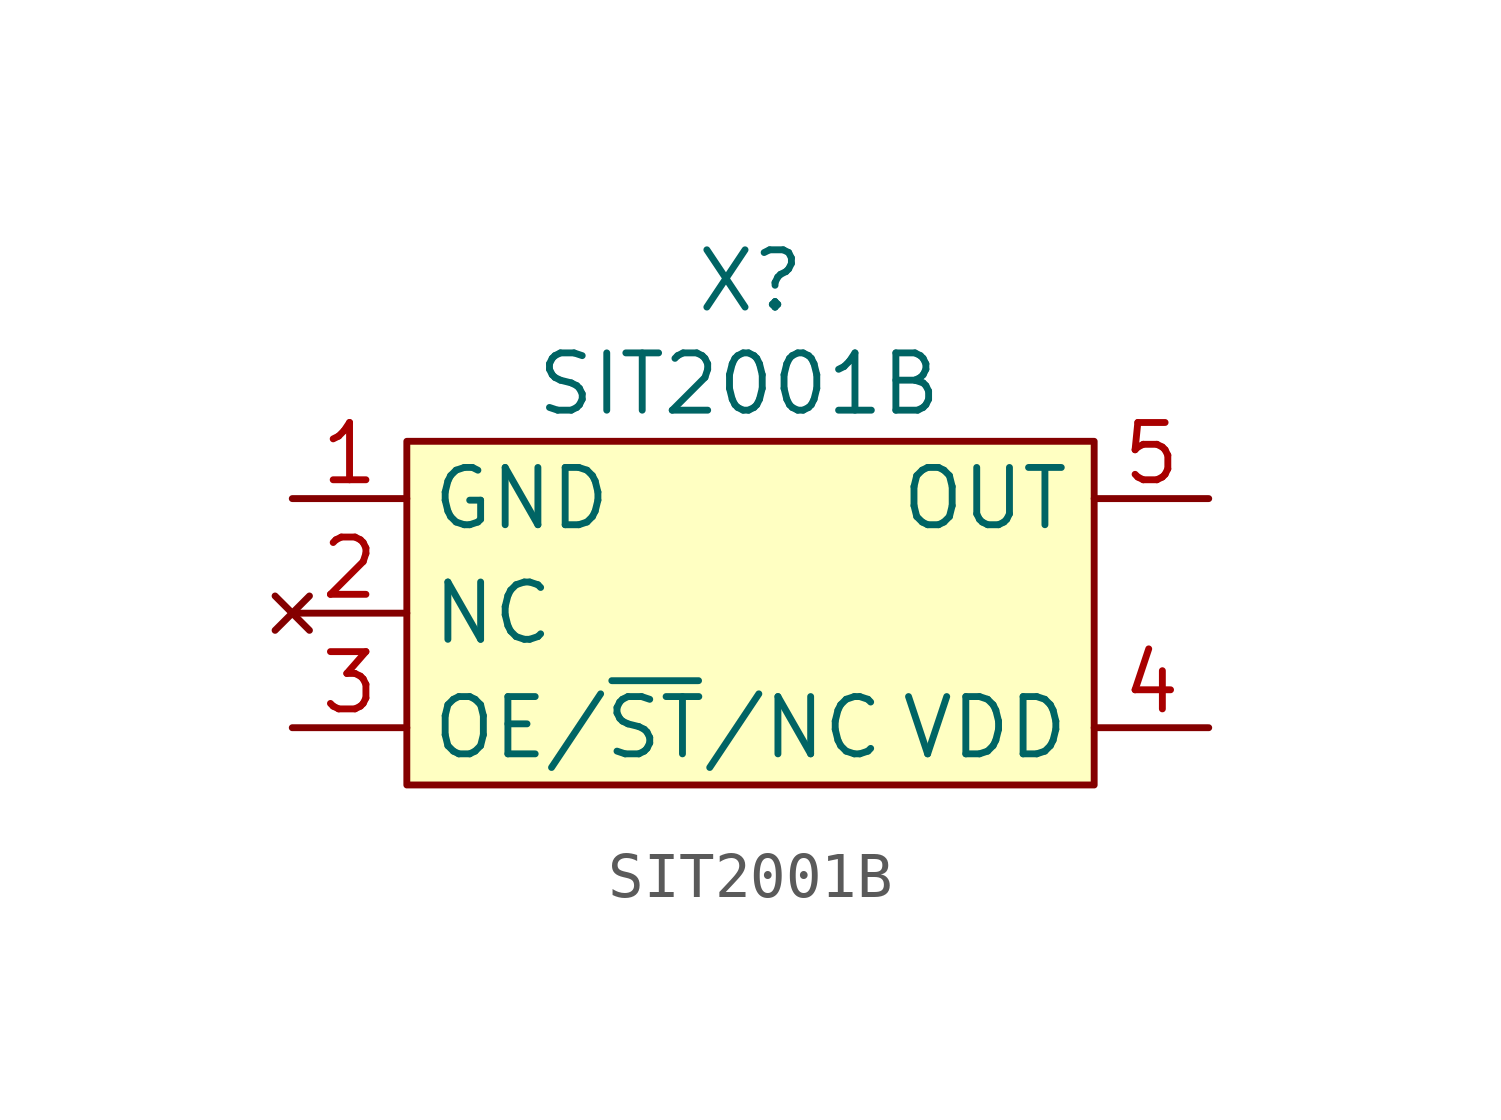
<source format=kicad_sym>
(kicad_symbol_lib
  (version 20231120)
  (generator "kicad_symbol_editor")
  (generator_version "8.0")
  (symbol "SIT2001B"
    (property "Reference" "X"
      (at 0 7.366 0)
      (effects (font (size 1.27 1.27))))
    (property "Value" "SIT2001B"
      (at -0.254 5.08 0)
      (effects (font (size 1.27 1.27))))
    (symbol "SIT2001B_1_1"
      (polyline (pts (xy -7.62 3.81) (xy 7.62 3.81) (xy 7.62 -3.81) (xy -7.62 -3.81) (xy -7.62 3.81)) (stroke (width 0) (type default)) (fill (type background)))
      (pin power_in line (at -10.16 2.54 0) (length 2.54) (name "GND" (effects (font (size 1.27 1.27)))) (number "1" (effects (font (size 1.27 1.27)))))
      (pin no_connect line (at -10.16 0 0) (length 2.54) (name "NC" (effects (font (size 1.27 1.27)))) (number "2" (effects (font (size 1.27 1.27)))))
      (pin input line (at -10.16 -2.54 0) (length 2.54) (name "OE/~{ST}/NC" (effects (font (size 1.27 1.27)))) (number "3" (effects (font (size 1.27 1.27)))))
      (pin power_in line (at 10.16 -2.54 180) (length 2.54) (name "VDD" (effects (font (size 1.27 1.27)))) (number "4" (effects (font (size 1.27 1.27)))))
      (pin output line (at 10.16 2.54 180) (length 2.54) (name "OUT" (effects (font (size 1.27 1.27)))) (number "5" (effects (font (size 1.27 1.27))))))))
</source>
